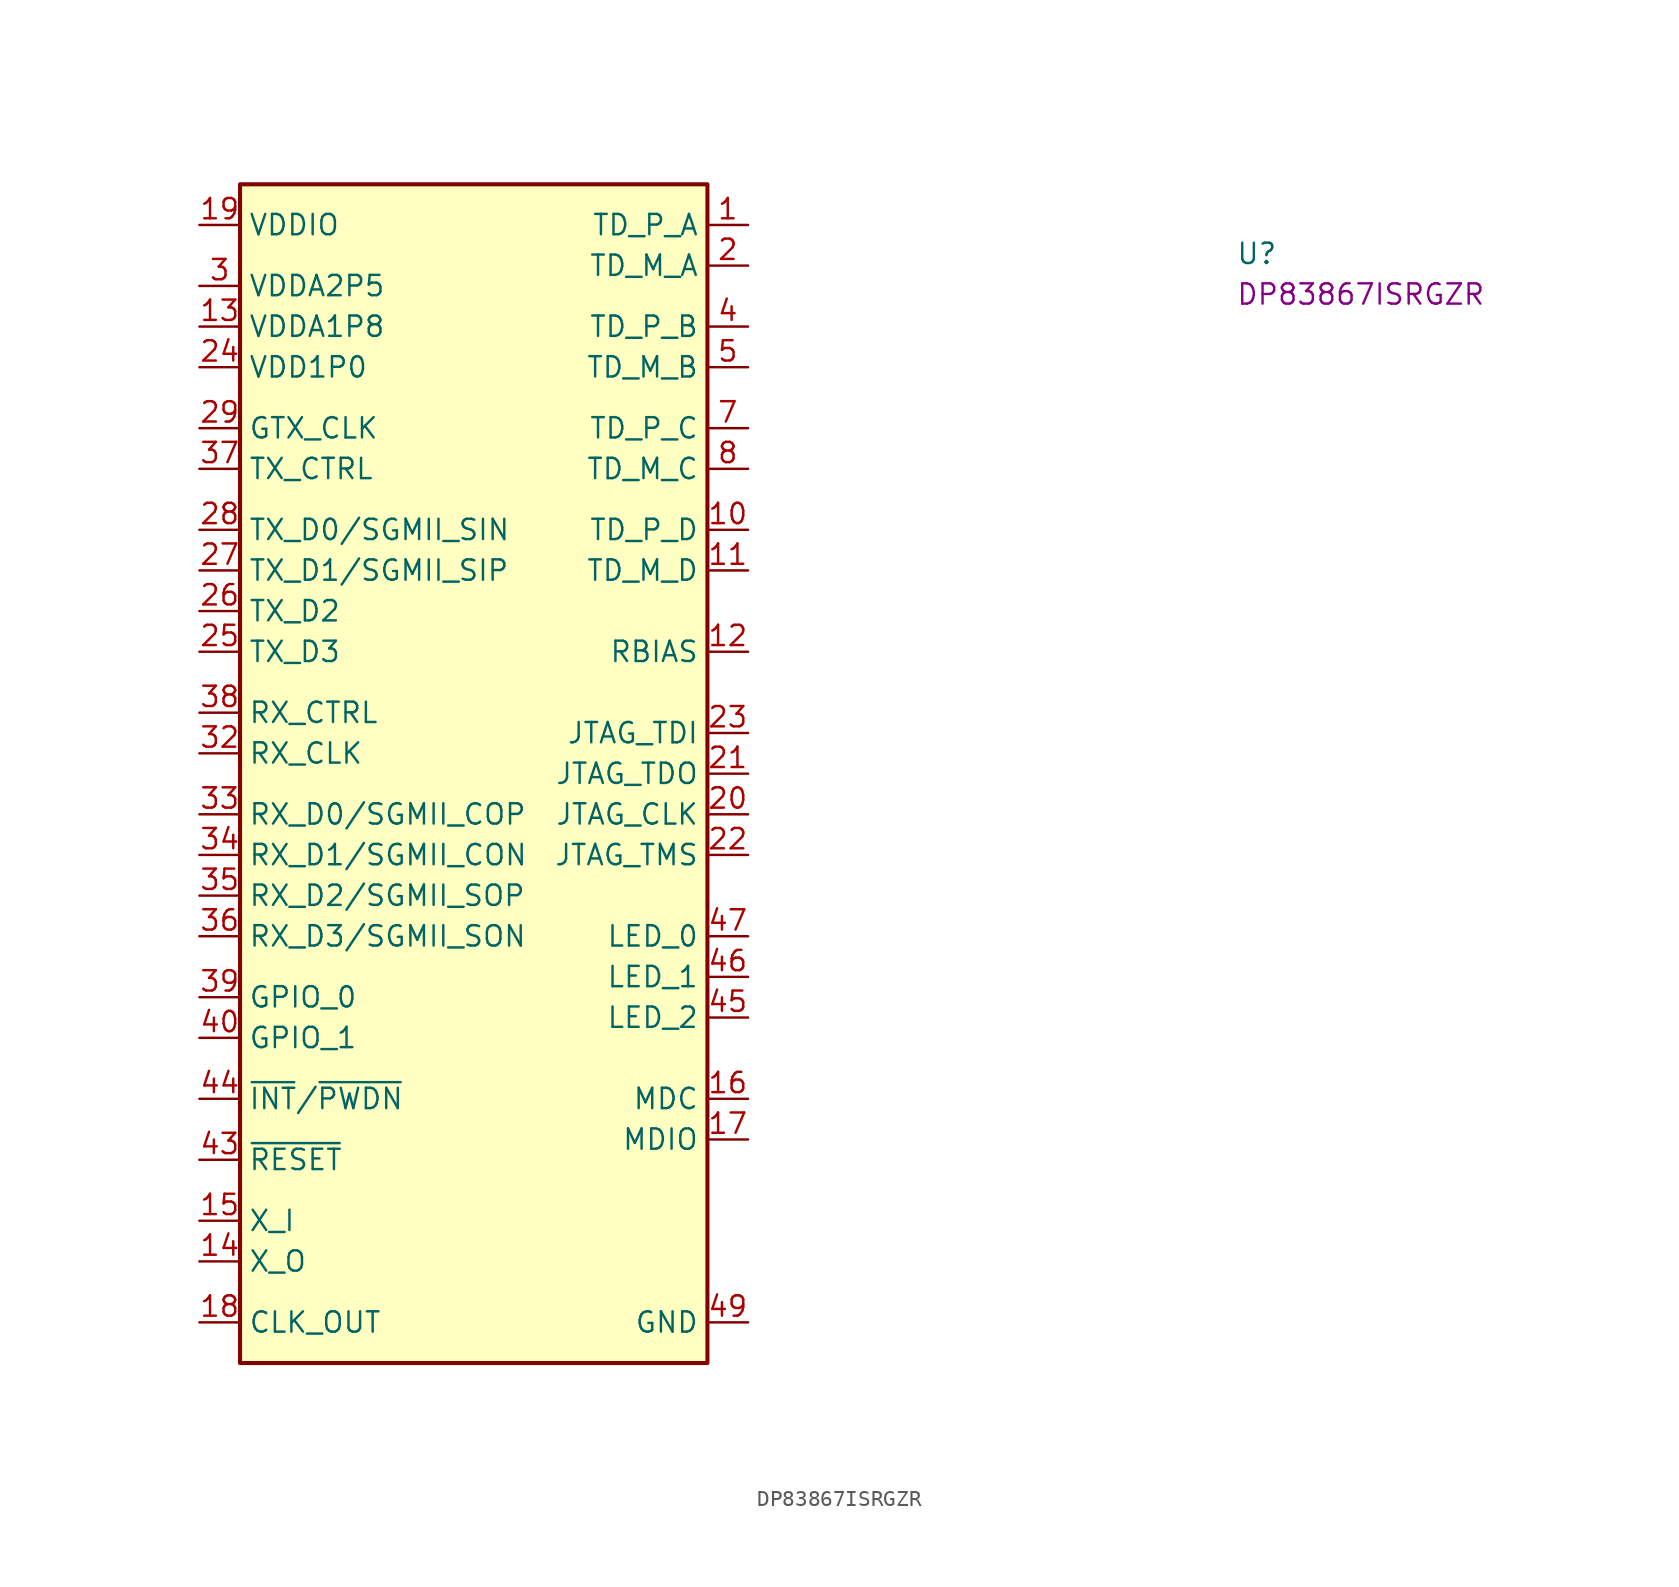
<source format=kicad_sym>
(kicad_symbol_lib
  (version 20220914)
  (generator kicad_symbol_editor)
  (symbol "DP83867ISRGZR"
    (property "Reference" "U"
      (at 64.77 -2.54 0)
      (effects (font (size 1.27 1.27) (thickness 0.15)) (justify left bottom)))
    (property "MPN" "DP83867ISRGZR"
      (at 64.77 -5.08 0)
      (effects (font (size 1.27 1.27) (thickness 0.15)) (justify left bottom)))
    (symbol "DP83867ISRGZR_1_1"
      (rectangle (start 2.54 2.54) (end 31.75 -71.12) (stroke (width 0.254) (type default)) (fill (type background)))
      (pin bidirectional line (at 34.29 0 180) (length 2.54) (name "TD_P_A" (effects (font (size 1.27 1.27)))) (number "1" (effects (font (size 1.27 1.27)))))
      (pin bidirectional line (at 34.29 -19.05 180) (length 2.54) (name "TD_P_D" (effects (font (size 1.27 1.27)))) (number "10" (effects (font (size 1.27 1.27)))))
      (pin bidirectional line (at 34.29 -21.59 180) (length 2.54) (name "TD_M_D" (effects (font (size 1.27 1.27)))) (number "11" (effects (font (size 1.27 1.27)))))
      (pin passive line (at 34.29 -26.67 180) (length 2.54) (name "RBIAS" (effects (font (size 1.27 1.27)))) (number "12" (effects (font (size 1.27 1.27)))))
      (pin power_in line (at 0 -6.35 0) (length 2.54) (name "VDDA1P8" (effects (font (size 1.27 1.27)))) (number "13" (effects (font (size 1.27 1.27)))))
      (pin output line (at 0 -64.77 0) (length 2.54) (name "X_O" (effects (font (size 1.27 1.27)))) (number "14" (effects (font (size 1.27 1.27)))))
      (pin input line (at 0 -62.23 0) (length 2.54) (name "X_I" (effects (font (size 1.27 1.27)))) (number "15" (effects (font (size 1.27 1.27)))))
      (pin input line (at 34.29 -54.61 180) (length 2.54) (name "MDC" (effects (font (size 1.27 1.27)))) (number "16" (effects (font (size 1.27 1.27)))))
      (pin bidirectional line (at 34.29 -57.15 180) (length 2.54) (name "MDIO" (effects (font (size 1.27 1.27)))) (number "17" (effects (font (size 1.27 1.27)))))
      (pin output line (at 0 -68.58 0) (length 2.54) (name "CLK_OUT" (effects (font (size 1.27 1.27)))) (number "18" (effects (font (size 1.27 1.27)))))
      (pin power_in line (at 0 0 0) (length 2.54) (name "VDDIO" (effects (font (size 1.27 1.27)))) (number "19" (effects (font (size 1.27 1.27)))))
      (pin bidirectional line (at 34.29 -2.54 180) (length 2.54) (name "TD_M_A" (effects (font (size 1.27 1.27)))) (number "2" (effects (font (size 1.27 1.27)))))
      (pin input line (at 34.29 -36.83 180) (length 2.54) (name "JTAG_CLK" (effects (font (size 1.27 1.27)))) (number "20" (effects (font (size 1.27 1.27)))))
      (pin output line (at 34.29 -34.29 180) (length 2.54) (name "JTAG_TDO" (effects (font (size 1.27 1.27)))) (number "21" (effects (font (size 1.27 1.27)))))
      (pin input line (at 34.29 -39.37 180) (length 2.54) (name "JTAG_TMS" (effects (font (size 1.27 1.27)))) (number "22" (effects (font (size 1.27 1.27)))))
      (pin input line (at 34.29 -31.75 180) (length 2.54) (name "JTAG_TDI" (effects (font (size 1.27 1.27)))) (number "23" (effects (font (size 1.27 1.27)))))
      (pin power_in line (at 0 -8.89 0) (length 2.54) (name "VDD1P0" (effects (font (size 1.27 1.27)))) (number "24" (effects (font (size 1.27 1.27)))))
      (pin input line (at 0 -26.67 0) (length 2.54) (name "TX_D3" (effects (font (size 1.27 1.27)))) (number "25" (effects (font (size 1.27 1.27)))))
      (pin input line (at 0 -24.13 0) (length 2.54) (name "TX_D2" (effects (font (size 1.27 1.27)))) (number "26" (effects (font (size 1.27 1.27)))))
      (pin input line (at 0 -21.59 0) (length 2.54) (name "TX_D1/SGMII_SIP" (effects (font (size 1.27 1.27)))) (number "27" (effects (font (size 1.27 1.27)))))
      (pin input line (at 0 -19.05 0) (length 2.54) (name "TX_D0/SGMII_SIN" (effects (font (size 1.27 1.27)))) (number "28" (effects (font (size 1.27 1.27)))))
      (pin input line (at 0 -12.7 0) (length 2.54) (name "GTX_CLK" (effects (font (size 1.27 1.27)))) (number "29" (effects (font (size 1.27 1.27)))))
      (pin power_in line (at 0 -3.81 0) (length 2.54) (name "VDDA2P5" (effects (font (size 1.27 1.27)))) (number "3" (effects (font (size 1.27 1.27)))))
      (pin passive line (at 0 0 0) (length 2.54) hide (name "VDDIO" (effects (font (size 1.27 1.27)))) (number "30" (effects (font (size 1.27 1.27)))))
      (pin passive line (at 0 -8.89 0) (length 2.54) hide (name "VDD1P0" (effects (font (size 1.27 1.27)))) (number "31" (effects (font (size 1.27 1.27)))))
      (pin output line (at 0 -33.02 0) (length 2.54) (name "RX_CLK" (effects (font (size 1.27 1.27)))) (number "32" (effects (font (size 1.27 1.27)))))
      (pin output line (at 0 -36.83 0) (length 2.54) (name "RX_D0/SGMII_COP" (effects (font (size 1.27 1.27)))) (number "33" (effects (font (size 1.27 1.27)))))
      (pin output line (at 0 -39.37 0) (length 2.54) (name "RX_D1/SGMII_CON" (effects (font (size 1.27 1.27)))) (number "34" (effects (font (size 1.27 1.27)))))
      (pin output line (at 0 -41.91 0) (length 2.54) (name "RX_D2/SGMII_SOP" (effects (font (size 1.27 1.27)))) (number "35" (effects (font (size 1.27 1.27)))))
      (pin output line (at 0 -44.45 0) (length 2.54) (name "RX_D3/SGMII_SON" (effects (font (size 1.27 1.27)))) (number "36" (effects (font (size 1.27 1.27)))))
      (pin input line (at 0 -15.24 0) (length 2.54) (name "TX_CTRL" (effects (font (size 1.27 1.27)))) (number "37" (effects (font (size 1.27 1.27)))))
      (pin output line (at 0 -30.48 0) (length 2.54) (name "RX_CTRL" (effects (font (size 1.27 1.27)))) (number "38" (effects (font (size 1.27 1.27)))))
      (pin output line (at 0 -48.26 0) (length 2.54) (name "GPIO_0" (effects (font (size 1.27 1.27)))) (number "39" (effects (font (size 1.27 1.27)))))
      (pin bidirectional line (at 34.29 -6.35 180) (length 2.54) (name "TD_P_B" (effects (font (size 1.27 1.27)))) (number "4" (effects (font (size 1.27 1.27)))))
      (pin output line (at 0 -50.8 0) (length 2.54) (name "GPIO_1" (effects (font (size 1.27 1.27)))) (number "40" (effects (font (size 1.27 1.27)))))
      (pin passive line (at 0 0 0) (length 2.54) hide (name "VDDIO" (effects (font (size 1.27 1.27)))) (number "41" (effects (font (size 1.27 1.27)))))
      (pin passive line (at 0 -8.89 0) (length 2.54) hide (name "VDD1P0" (effects (font (size 1.27 1.27)))) (number "42" (effects (font (size 1.27 1.27)))))
      (pin input line (at 0 -58.42 0) (length 2.54) (name "~{RESET}" (effects (font (size 1.27 1.27)))) (number "43" (effects (font (size 1.27 1.27)))))
      (pin bidirectional line (at 0 -54.61 0) (length 2.54) (name "~{INT}/~{PWDN}" (effects (font (size 1.27 1.27)))) (number "44" (effects (font (size 1.27 1.27)))))
      (pin bidirectional line (at 34.29 -49.53 180) (length 2.54) (name "LED_2" (effects (font (size 1.27 1.27)))) (number "45" (effects (font (size 1.27 1.27)))))
      (pin bidirectional line (at 34.29 -46.99 180) (length 2.54) (name "LED_1" (effects (font (size 1.27 1.27)))) (number "46" (effects (font (size 1.27 1.27)))))
      (pin bidirectional line (at 34.29 -44.45 180) (length 2.54) (name "LED_0" (effects (font (size 1.27 1.27)))) (number "47" (effects (font (size 1.27 1.27)))))
      (pin passive line (at 0 -6.35 0) (length 2.54) hide (name "VDDA1P8" (effects (font (size 1.27 1.27)))) (number "48" (effects (font (size 1.27 1.27)))))
      (pin power_in line (at 34.29 -68.58 180) (length 2.54) (name "GND" (effects (font (size 1.27 1.27)))) (number "49" (effects (font (size 1.27 1.27)))))
      (pin bidirectional line (at 34.29 -8.89 180) (length 2.54) (name "TD_M_B" (effects (font (size 1.27 1.27)))) (number "5" (effects (font (size 1.27 1.27)))))
      (pin passive line (at 0 -8.89 0) (length 2.54) hide (name "VDD1P0" (effects (font (size 1.27 1.27)))) (number "6" (effects (font (size 1.27 1.27)))))
      (pin bidirectional line (at 34.29 -12.7 180) (length 2.54) (name "TD_P_C" (effects (font (size 1.27 1.27)))) (number "7" (effects (font (size 1.27 1.27)))))
      (pin bidirectional line (at 34.29 -15.24 180) (length 2.54) (name "TD_M_C" (effects (font (size 1.27 1.27)))) (number "8" (effects (font (size 1.27 1.27)))))
      (pin passive line (at 0 -3.81 0) (length 2.54) hide (name "VDDA2P5" (effects (font (size 1.27 1.27)))) (number "9" (effects (font (size 1.27 1.27))))))))
</source>
